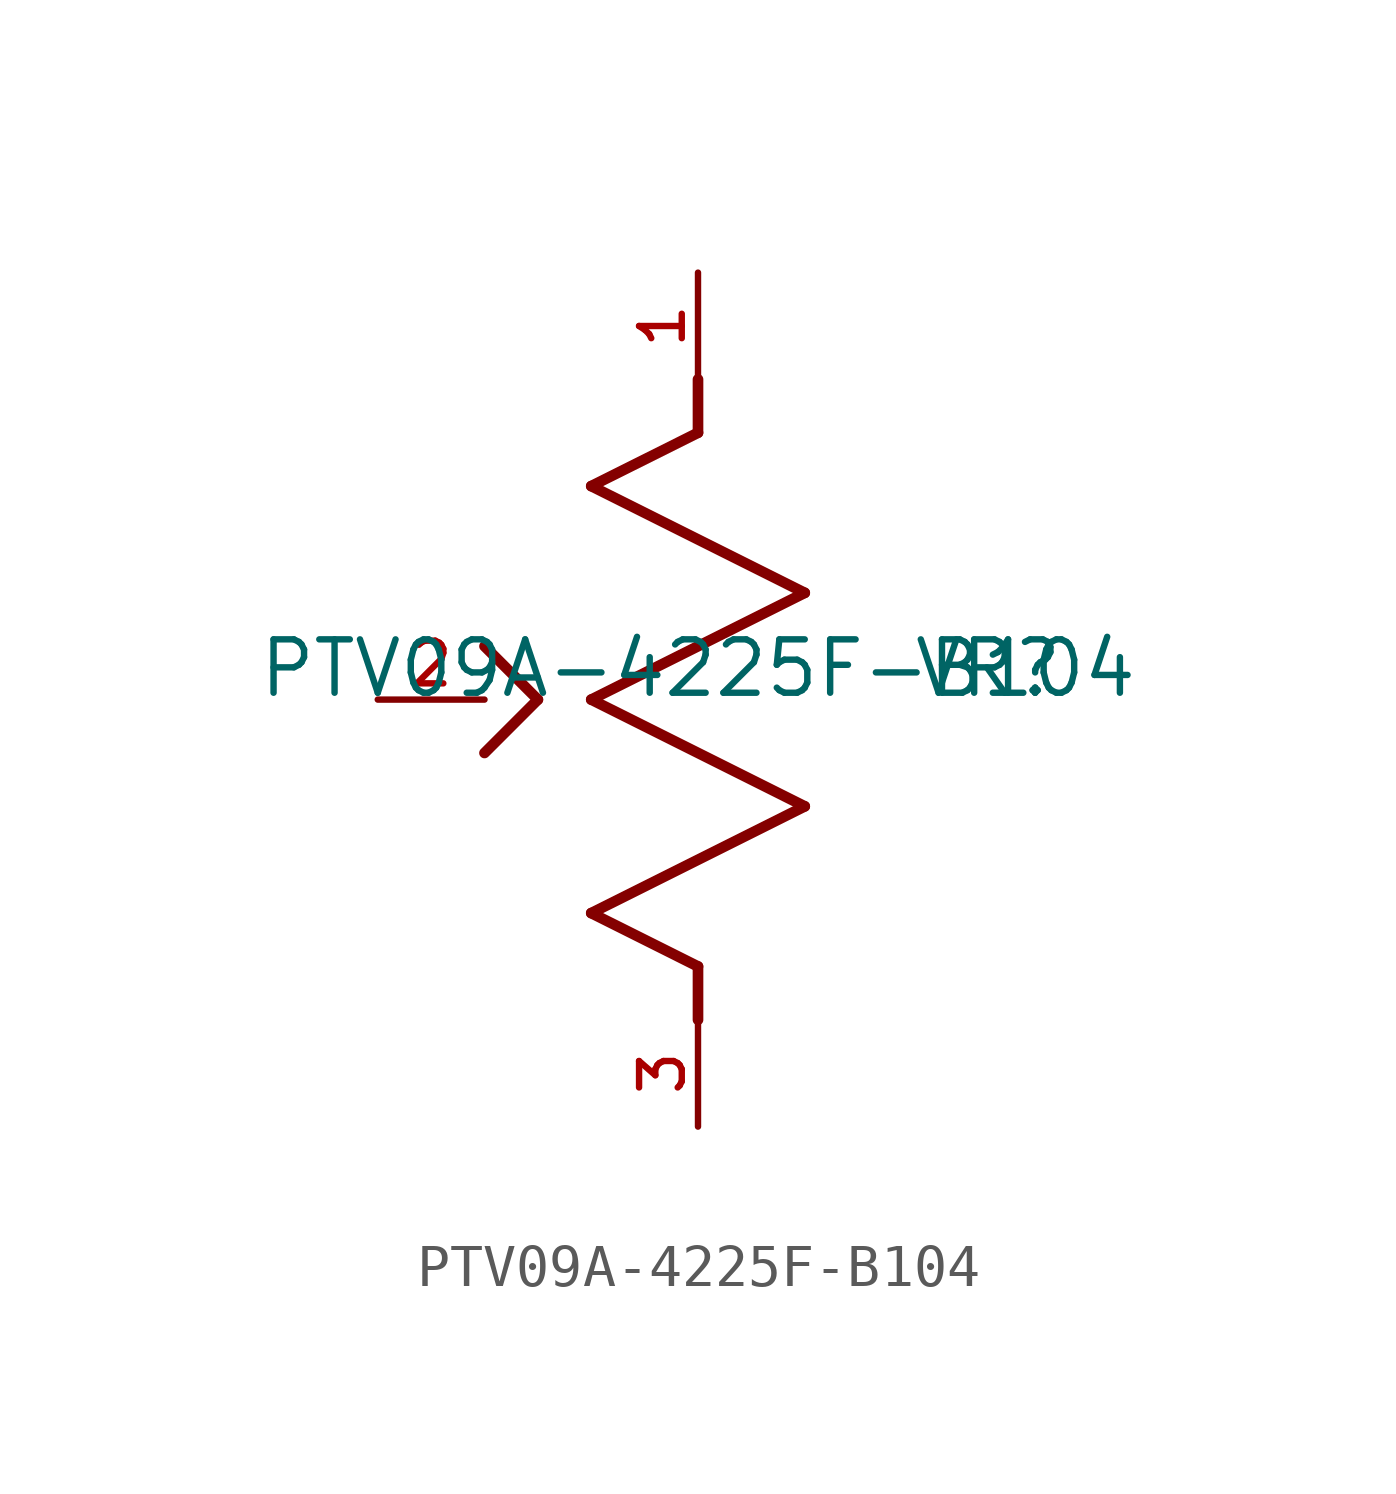
<source format=kicad_sym>
(kicad_symbol_lib
  (version 20211014)
  (generator kicad_symbol_editor)
  (symbol "PTV09A-4225F-B104"
    (pin_names
      (offset 1.016))
    (property "Reference" "VR"
      (at 5.08 0.0 0)
      (effects (font (size 1.27 1.27)) (justify bottom left)))
    (property "Value" "PTV09A-4225F-B104"
      (at 0 0.0 0)
      (effects (font (size 1.27 1.27)) (justify bottom)))
    (symbol "PTV09A-4225F-B104_0_0"
      (polyline (pts (xy -2.54 0.0) (xy 2.54 2.54)) (stroke (width 0.254)))
      (polyline (pts (xy -2.54 0.0) (xy 2.54 -2.54)) (stroke (width 0.254)))
      (polyline (pts (xy 2.54 -2.54) (xy -2.54 -5.08)) (stroke (width 0.254)))
      (polyline (pts (xy -2.54 -5.08) (xy 0.0 -6.35)) (stroke (width 0.254)))
      (polyline (pts (xy 0.0 -6.35) (xy 0.0 -7.62)) (stroke (width 0.254)))
      (polyline (pts (xy 2.54 2.54) (xy -2.54 5.08)) (stroke (width 0.254)))
      (polyline (pts (xy -2.54 5.08) (xy 0.0 6.35)) (stroke (width 0.254)))
      (polyline (pts (xy 0.0 6.35) (xy 0.0 7.62)) (stroke (width 0.254)))
      (polyline (pts (xy -5.08 1.27) (xy -3.81 0.0)) (stroke (width 0.254)))
      (polyline (pts (xy -3.81 0.0) (xy -5.08 -1.27)) (stroke (width 0.254)))
      (pin bidirectional line (at -7.62 0.0 0) (length 2.54) (name "~" (effects (font (size 1.016 1.016)))) (number "2" (effects (font (size 1.016 1.016)))))
      (pin bidirectional line (at 0.0 10.16 270.0) (length 2.54) (name "~" (effects (font (size 1.016 1.016)))) (number "1" (effects (font (size 1.016 1.016)))))
      (pin bidirectional line (at 0.0 -10.16 90.0) (length 2.54) (name "~" (effects (font (size 1.016 1.016)))) (number "3" (effects (font (size 1.016 1.016))))))))
</source>
